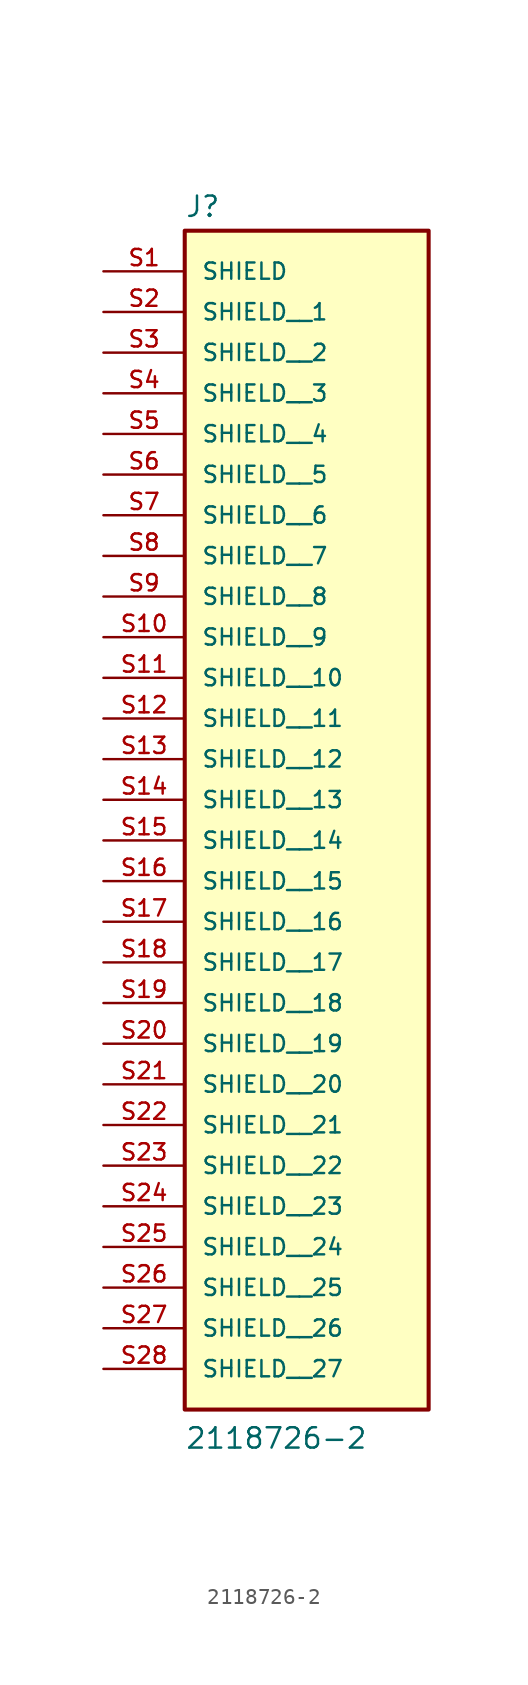
<source format=kicad_sym>
(kicad_symbol_lib
  (version 20211014)
  (generator kicad_symbol_editor)
  (symbol "2118726-2"
    (pin_names
      (offset 1.016))
    (property "Reference" "J"
      (at -7.62 3.302 0)
      (effects (font (size 1.27 1.27)) (justify bottom left)))
    (property "Value" "2118726-2"
      (at -7.62 -73.66 0)
      (effects (font (size 1.27 1.27)) (justify bottom left)))
    (symbol "2118726-2_0_0"
      (rectangle (start -7.62 -71.12) (end 7.62 2.54) (stroke (width 0.254)) (fill (type background)))
      (pin passive line (at -12.7 0.0 0) (length 5.08) (name "SHIELD" (effects (font (size 1.016 1.016)))) (number "S1" (effects (font (size 1.016 1.016)))))
      (pin passive line (at -12.7 -2.54 0) (length 5.08) (name "SHIELD__1" (effects (font (size 1.016 1.016)))) (number "S2" (effects (font (size 1.016 1.016)))))
      (pin passive line (at -12.7 -5.08 0) (length 5.08) (name "SHIELD__2" (effects (font (size 1.016 1.016)))) (number "S3" (effects (font (size 1.016 1.016)))))
      (pin passive line (at -12.7 -7.62 0) (length 5.08) (name "SHIELD__3" (effects (font (size 1.016 1.016)))) (number "S4" (effects (font (size 1.016 1.016)))))
      (pin passive line (at -12.7 -10.16 0) (length 5.08) (name "SHIELD__4" (effects (font (size 1.016 1.016)))) (number "S5" (effects (font (size 1.016 1.016)))))
      (pin passive line (at -12.7 -12.7 0) (length 5.08) (name "SHIELD__5" (effects (font (size 1.016 1.016)))) (number "S6" (effects (font (size 1.016 1.016)))))
      (pin passive line (at -12.7 -15.24 0) (length 5.08) (name "SHIELD__6" (effects (font (size 1.016 1.016)))) (number "S7" (effects (font (size 1.016 1.016)))))
      (pin passive line (at -12.7 -17.78 0) (length 5.08) (name "SHIELD__7" (effects (font (size 1.016 1.016)))) (number "S8" (effects (font (size 1.016 1.016)))))
      (pin passive line (at -12.7 -20.32 0) (length 5.08) (name "SHIELD__8" (effects (font (size 1.016 1.016)))) (number "S9" (effects (font (size 1.016 1.016)))))
      (pin passive line (at -12.7 -22.86 0) (length 5.08) (name "SHIELD__9" (effects (font (size 1.016 1.016)))) (number "S10" (effects (font (size 1.016 1.016)))))
      (pin passive line (at -12.7 -25.4 0) (length 5.08) (name "SHIELD__10" (effects (font (size 1.016 1.016)))) (number "S11" (effects (font (size 1.016 1.016)))))
      (pin passive line (at -12.7 -27.94 0) (length 5.08) (name "SHIELD__11" (effects (font (size 1.016 1.016)))) (number "S12" (effects (font (size 1.016 1.016)))))
      (pin passive line (at -12.7 -30.48 0) (length 5.08) (name "SHIELD__12" (effects (font (size 1.016 1.016)))) (number "S13" (effects (font (size 1.016 1.016)))))
      (pin passive line (at -12.7 -33.02 0) (length 5.08) (name "SHIELD__13" (effects (font (size 1.016 1.016)))) (number "S14" (effects (font (size 1.016 1.016)))))
      (pin passive line (at -12.7 -35.56 0) (length 5.08) (name "SHIELD__14" (effects (font (size 1.016 1.016)))) (number "S15" (effects (font (size 1.016 1.016)))))
      (pin passive line (at -12.7 -38.1 0) (length 5.08) (name "SHIELD__15" (effects (font (size 1.016 1.016)))) (number "S16" (effects (font (size 1.016 1.016)))))
      (pin passive line (at -12.7 -40.64 0) (length 5.08) (name "SHIELD__16" (effects (font (size 1.016 1.016)))) (number "S17" (effects (font (size 1.016 1.016)))))
      (pin passive line (at -12.7 -43.18 0) (length 5.08) (name "SHIELD__17" (effects (font (size 1.016 1.016)))) (number "S18" (effects (font (size 1.016 1.016)))))
      (pin passive line (at -12.7 -45.72 0) (length 5.08) (name "SHIELD__18" (effects (font (size 1.016 1.016)))) (number "S19" (effects (font (size 1.016 1.016)))))
      (pin passive line (at -12.7 -48.26 0) (length 5.08) (name "SHIELD__19" (effects (font (size 1.016 1.016)))) (number "S20" (effects (font (size 1.016 1.016)))))
      (pin passive line (at -12.7 -50.8 0) (length 5.08) (name "SHIELD__20" (effects (font (size 1.016 1.016)))) (number "S21" (effects (font (size 1.016 1.016)))))
      (pin passive line (at -12.7 -53.34 0) (length 5.08) (name "SHIELD__21" (effects (font (size 1.016 1.016)))) (number "S22" (effects (font (size 1.016 1.016)))))
      (pin passive line (at -12.7 -55.88 0) (length 5.08) (name "SHIELD__22" (effects (font (size 1.016 1.016)))) (number "S23" (effects (font (size 1.016 1.016)))))
      (pin passive line (at -12.7 -58.42 0) (length 5.08) (name "SHIELD__23" (effects (font (size 1.016 1.016)))) (number "S24" (effects (font (size 1.016 1.016)))))
      (pin passive line (at -12.7 -60.96 0) (length 5.08) (name "SHIELD__24" (effects (font (size 1.016 1.016)))) (number "S25" (effects (font (size 1.016 1.016)))))
      (pin passive line (at -12.7 -63.5 0) (length 5.08) (name "SHIELD__25" (effects (font (size 1.016 1.016)))) (number "S26" (effects (font (size 1.016 1.016)))))
      (pin passive line (at -12.7 -66.04 0) (length 5.08) (name "SHIELD__26" (effects (font (size 1.016 1.016)))) (number "S27" (effects (font (size 1.016 1.016)))))
      (pin passive line (at -12.7 -68.58 0) (length 5.08) (name "SHIELD__27" (effects (font (size 1.016 1.016)))) (number "S28" (effects (font (size 1.016 1.016))))))))
</source>
